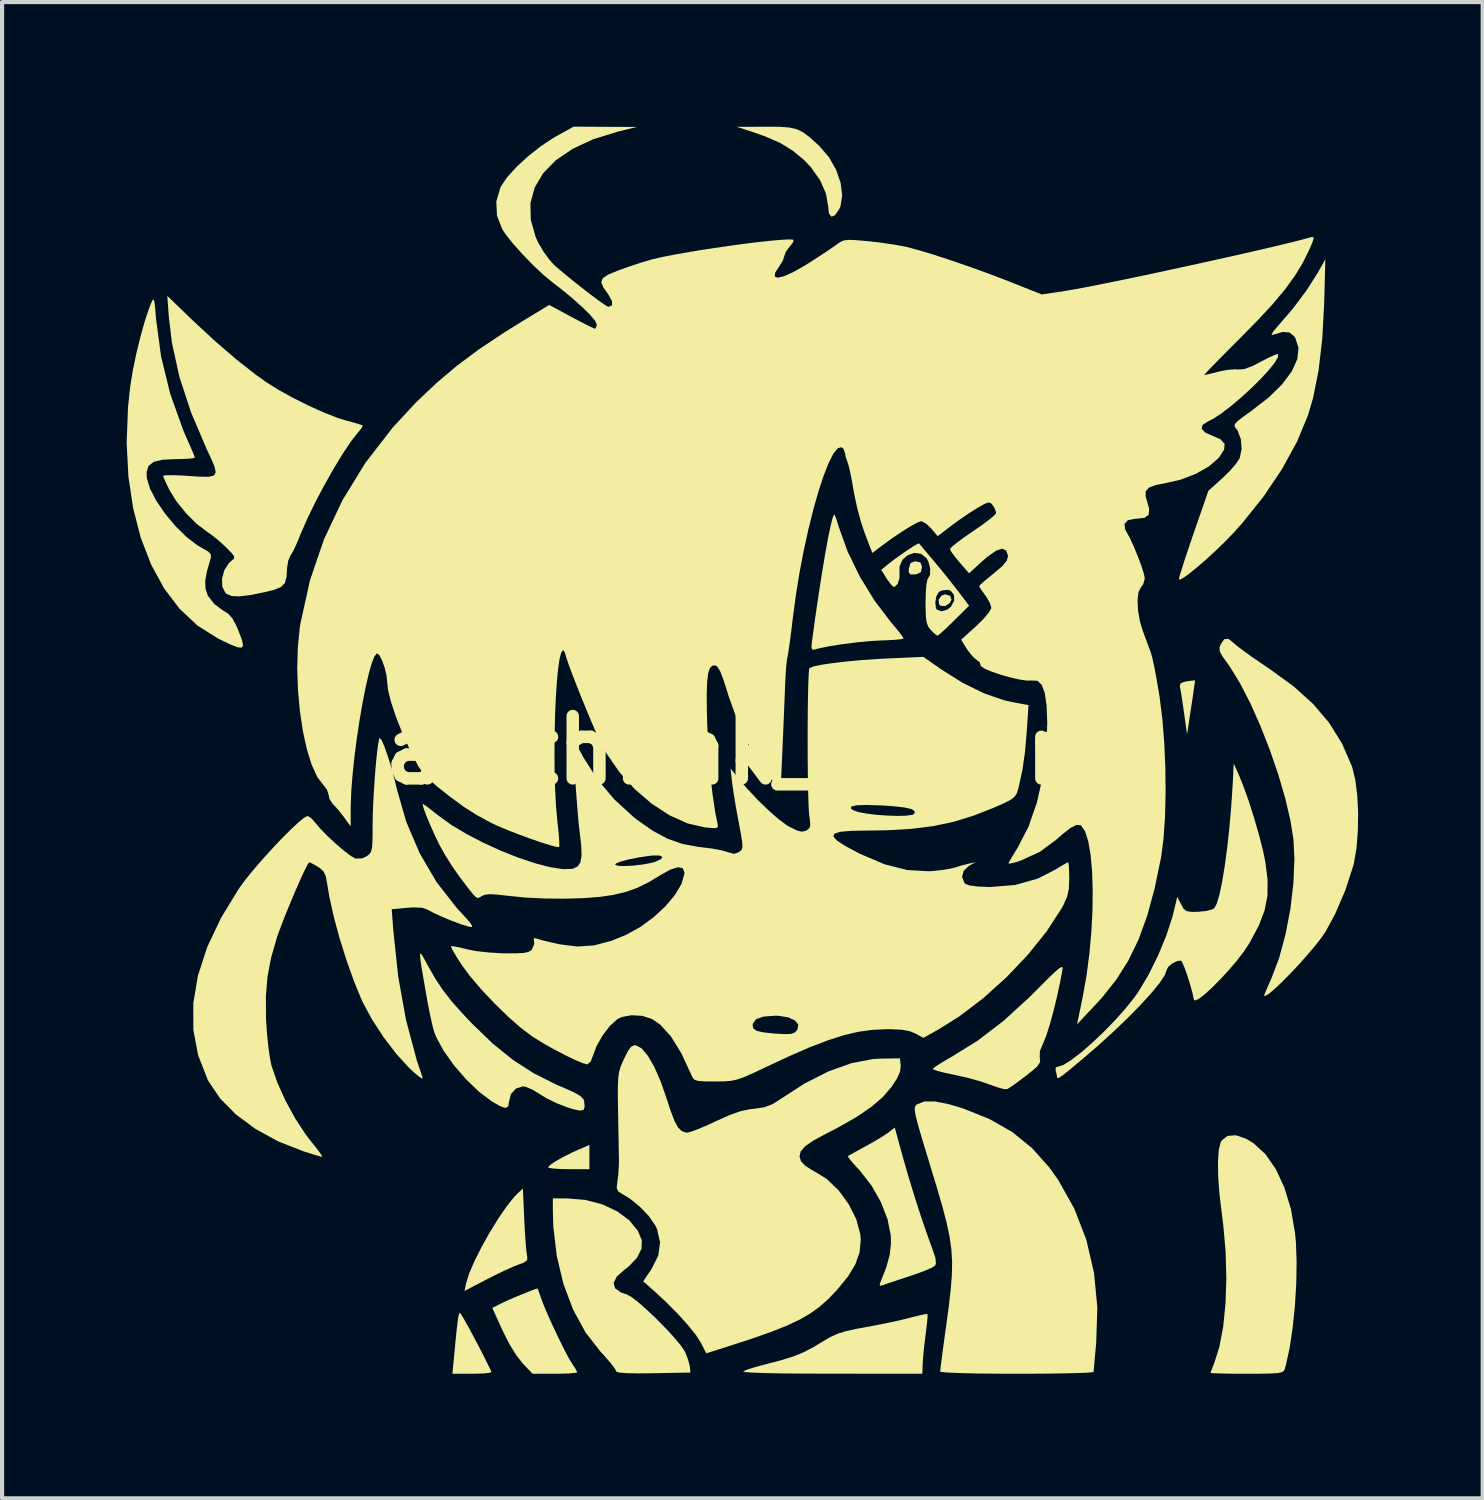
<source format=kicad_pcb>
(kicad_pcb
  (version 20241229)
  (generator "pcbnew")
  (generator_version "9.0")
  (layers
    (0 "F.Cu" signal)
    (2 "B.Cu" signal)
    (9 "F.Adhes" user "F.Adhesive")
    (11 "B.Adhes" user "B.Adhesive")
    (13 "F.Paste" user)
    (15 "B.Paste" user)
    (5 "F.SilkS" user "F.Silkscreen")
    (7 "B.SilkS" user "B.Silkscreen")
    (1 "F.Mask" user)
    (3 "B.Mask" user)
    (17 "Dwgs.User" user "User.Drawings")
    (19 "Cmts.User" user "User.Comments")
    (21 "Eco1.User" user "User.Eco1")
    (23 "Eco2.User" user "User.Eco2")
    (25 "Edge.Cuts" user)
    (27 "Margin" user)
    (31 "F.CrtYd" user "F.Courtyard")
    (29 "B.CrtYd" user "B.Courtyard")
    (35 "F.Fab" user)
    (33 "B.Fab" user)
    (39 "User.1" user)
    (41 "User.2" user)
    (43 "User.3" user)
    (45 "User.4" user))
  (footprint "akithimk_30mm"
    (layer "F.Cu")
    (at 14.957 15.016)
    (property "Reference" "akithimk_30mm" (at 0 0 0) (layer "F.SilkS") (effects (font (size 1.5 1.5) (thickness 0.3))))
    (attr board_only exclude_from_pos_files exclude_from_bom)
    (fp_poly (pts (xy 4.875 -3.717) (xy 4.907 -3.626) (xy 4.867 -3.546) (xy 4.757 -3.471) (xy 4.648 -3.477) (xy 4.608 -3.514) (xy 4.597 -3.623) (xy 4.664 -3.721) (xy 4.754 -3.754)) (stroke (width 0) (type solid)) (fill yes) (layer "F.SilkS"))
    (fp_poly (pts (xy 4.159 -4.522) (xy 4.194 -4.427) (xy 4.194 -4.4) (xy 4.169 -4.288) (xy 4.072 -4.24) (xy 4.029 -4.234) (xy 3.912 -4.233) (xy 3.876 -4.29) (xy 3.882 -4.381) (xy 3.918 -4.503) (xy 4.009 -4.545) (xy 4.048 -4.546)) (stroke (width 0) (type solid)) (fill yes) (layer "F.SilkS"))
    (fp_poly (pts (xy -3.813 9.798) (xy -3.813 10.09) (xy -4.312 10.09) (xy -4.537 10.085) (xy -4.709 10.072) (xy -4.801 10.054) (xy -4.81 10.046) (xy -4.76 9.989) (xy -4.627 9.9) (xy -4.437 9.793) (xy -4.215 9.682) (xy -4.075 9.619) (xy -3.813 9.507)) (stroke (width 0) (type solid)) (fill yes) (layer "F.SilkS"))
    (fp_poly (pts (xy 10.771 -1.68) (xy 10.765 -1.622) (xy 10.744 -1.473) (xy 10.713 -1.254) (xy 10.678 -1.027) (xy 10.58 -0.381) (xy 10.506 -0.909) (xy 10.47 -1.155) (xy 10.438 -1.364) (xy 10.413 -1.503) (xy 10.406 -1.533) (xy 10.42 -1.607) (xy 10.526 -1.65) (xy 10.572 -1.658) (xy 10.704 -1.676) (xy 10.769 -1.68)) (stroke (width 0) (type solid)) (fill yes) (layer "F.SilkS"))
    (fp_poly (pts (xy -6.893 13.599) (xy -6.816 13.731) (xy -6.709 13.925) (xy -6.583 14.158) (xy -6.451 14.41) (xy -6.324 14.658) (xy -6.214 14.881) (xy -6.17 14.973) (xy -6.214 14.993) (xy -6.35 15.009) (xy -6.551 15.016) (xy -6.631 15.017) (xy -7.112 15.017) (xy -7.074 14.621) (xy -7.038 14.237) (xy -7.009 13.955) (xy -6.986 13.761) (xy -6.967 13.638) (xy -6.951 13.574) (xy -6.934 13.551) (xy -6.93 13.551)) (stroke (width 0) (type solid)) (fill yes) (layer "F.SilkS"))
    (fp_poly (pts (xy -5.38 11.336) (xy -5.364 11.634) (xy -5.346 11.894) (xy -5.327 12.092) (xy -5.311 12.203) (xy -5.308 12.212) (xy -5.313 12.285) (xy -5.406 12.346) (xy -5.495 12.378) (xy -5.643 12.436) (xy -5.86 12.533) (xy -6.112 12.655) (xy -6.269 12.735) (xy -6.819 13.021) (xy -6.783 12.841) (xy -6.711 12.608) (xy -6.583 12.309) (xy -6.413 11.971) (xy -6.217 11.62) (xy -6.009 11.282) (xy -5.806 10.986) (xy -5.622 10.756) (xy -5.552 10.684) (xy -5.415 10.556)) (stroke (width 0) (type solid)) (fill yes) (layer "F.SilkS"))
    (fp_poly (pts (xy 0.756 -15.013) (xy 0.995 -14.996) (xy 1.178 -14.955) (xy 1.336 -14.878) (xy 1.501 -14.753) (xy 1.703 -14.57) (xy 1.721 -14.553) (xy 1.952 -14.286) (xy 2.127 -13.98) (xy 2.237 -13.663) (xy 2.275 -13.359) (xy 2.233 -13.096) (xy 2.205 -13.033) (xy 2.102 -12.883) (xy 2.016 -12.847) (xy 1.957 -12.923) (xy 1.936 -13.099) (xy 1.885 -13.403) (xy 1.742 -13.726) (xy 1.521 -14.039) (xy 1.355 -14.214) (xy 1.084 -14.438) (xy 0.788 -14.62) (xy 0.432 -14.777) (xy 0.147 -14.878) (xy -0.264 -15.012) (xy 0.431 -15.014)) (stroke (width 0) (type solid)) (fill yes) (layer "F.SilkS"))
    (fp_poly (pts (xy -5.041 13.014) (xy -4.997 13.137) (xy -4.982 13.184) (xy -4.914 13.364) (xy -4.81 13.608) (xy -4.684 13.887) (xy -4.548 14.172) (xy -4.418 14.436) (xy -4.306 14.648) (xy -4.227 14.778) (xy -4.147 14.899) (xy -4.107 14.977) (xy -4.106 14.982) (xy -4.161 14.997) (xy -4.306 15.009) (xy -4.517 15.016) (xy -4.644 15.017) (xy -5.182 15.017) (xy -5.421 14.766) (xy -5.578 14.565) (xy -5.747 14.289) (xy -5.905 13.974) (xy -5.906 13.973) (xy -6.151 13.431) (xy -5.928 13.318) (xy -5.799 13.257) (xy -5.621 13.18) (xy -5.424 13.098) (xy -5.244 13.026) (xy -5.112 12.977) (xy -5.064 12.964)) (stroke (width 0) (type solid)) (fill yes) (layer "F.SilkS"))
    (fp_poly (pts (xy 2.106 -5.638) (xy 2.151 -5.513) (xy 2.199 -5.357) (xy 2.41 -4.773) (xy 2.704 -4.172) (xy 3.06 -3.593) (xy 3.451 -3.08) (xy 3.593 -2.91) (xy 3.699 -2.775) (xy 3.751 -2.699) (xy 3.754 -2.692) (xy 3.7 -2.674) (xy 3.555 -2.659) (xy 3.346 -2.647) (xy 3.245 -2.644) (xy 2.96 -2.629) (xy 2.626 -2.597) (xy 2.282 -2.553) (xy 1.964 -2.503) (xy 1.709 -2.451) (xy 1.623 -2.427) (xy 1.559 -2.42) (xy 1.535 -2.468) (xy 1.544 -2.599) (xy 1.551 -2.649) (xy 1.632 -3.237) (xy 1.713 -3.788) (xy 1.792 -4.29) (xy 1.866 -4.732) (xy 1.933 -5.103) (xy 1.993 -5.391) (xy 2.042 -5.586) (xy 2.079 -5.677) (xy 2.08 -5.678)) (stroke (width 0) (type solid)) (fill yes) (layer "F.SilkS"))
    (fp_poly (pts (xy 4.329 13.578) (xy 4.331 13.641) (xy 4.318 13.791) (xy 4.293 13.998) (xy 4.286 14.058) (xy 4.253 14.318) (xy 4.228 14.568) (xy 4.214 14.758) (xy 4.214 14.768) (xy 4.204 15.017) (xy 2 15.015) (xy 1.361 15.013) (xy 0.839 15.009) (xy 0.431 15.001) (xy 0.138 14.991) (xy -0.042 14.978) (xy -0.109 14.962) (xy -0.106 14.955) (xy -0.003 14.914) (xy 0.178 14.857) (xy 0.403 14.796) (xy 0.456 14.782) (xy 0.821 14.686) (xy 1.106 14.597) (xy 1.344 14.5) (xy 1.571 14.382) (xy 1.781 14.255) (xy 1.974 14.141) (xy 2.151 14.058) (xy 2.35 13.994) (xy 2.604 13.938) (xy 2.828 13.897) (xy 3.147 13.837) (xy 3.472 13.771) (xy 3.758 13.706) (xy 3.9 13.67) (xy 4.103 13.619) (xy 4.255 13.585) (xy 4.327 13.577)) (stroke (width 0) (type solid)) (fill yes) (layer "F.SilkS"))
    (fp_poly (pts (xy 3.73 9.78) (xy 3.871 10.271) (xy 4.031 10.794) (xy 4.199 11.31) (xy 4.361 11.777) (xy 4.451 12.021) (xy 4.521 12.233) (xy 4.532 12.363) (xy 4.511 12.414) (xy 4.431 12.463) (xy 4.266 12.535) (xy 4.046 12.617) (xy 3.911 12.662) (xy 3.665 12.743) (xy 3.451 12.814) (xy 3.302 12.866) (xy 3.26 12.881) (xy 3.181 12.899) (xy 3.184 12.841) (xy 3.196 12.813) (xy 3.338 12.449) (xy 3.42 12.148) (xy 3.45 11.875) (xy 3.445 11.689) (xy 3.368 11.3) (xy 3.209 10.887) (xy 2.982 10.486) (xy 2.707 10.133) (xy 2.692 10.117) (xy 2.55 9.962) (xy 2.45 9.842) (xy 2.41 9.78) (xy 2.411 9.776) (xy 2.47 9.742) (xy 2.606 9.666) (xy 2.792 9.564) (xy 2.844 9.536) (xy 3.06 9.414) (xy 3.254 9.298) (xy 3.386 9.21) (xy 3.397 9.201) (xy 3.541 9.088)) (stroke (width 0) (type solid)) (fill yes) (layer "F.SilkS"))
    (fp_poly (pts (xy 7.584 5.237) (xy 7.582 5.269) (xy 7.521 5.596) (xy 7.445 5.946) (xy 7.361 6.29) (xy 7.276 6.602) (xy 7.196 6.855) (xy 7.13 7.022) (xy 7.125 7.03) (xy 7.035 7.249) (xy 7.032 7.401) (xy 7.034 7.408) (xy 7.042 7.51) (xy 6.971 7.615) (xy 6.898 7.682) (xy 6.736 7.813) (xy 6.552 7.953) (xy 6.382 8.077) (xy 6.261 8.156) (xy 6.247 8.164) (xy 6.166 8.16) (xy 6.012 8.118) (xy 5.837 8.055) (xy 5.606 7.976) (xy 5.315 7.895) (xy 5.021 7.827) (xy 4.971 7.817) (xy 4.744 7.769) (xy 4.568 7.724) (xy 4.47 7.688) (xy 4.458 7.676) (xy 4.506 7.631) (xy 4.634 7.546) (xy 4.818 7.436) (xy 4.9 7.39) (xy 5.539 6.994) (xy 6.165 6.514) (xy 6.796 5.937) (xy 6.957 5.776) (xy 7.204 5.527) (xy 7.38 5.356) (xy 7.496 5.256) (xy 7.561 5.219)) (stroke (width 0) (type solid)) (fill yes) (layer "F.SilkS"))
    (fp_poly (pts (xy 11.994 9.354) (xy 12.18 9.465) (xy 12.468 9.729) (xy 12.719 10.091) (xy 12.925 10.537) (xy 13.081 11.051) (xy 13.179 11.619) (xy 13.201 11.843) (xy 13.218 12.318) (xy 13.21 12.841) (xy 13.177 13.381) (xy 13.123 13.907) (xy 13.051 14.39) (xy 12.963 14.797) (xy 12.929 14.914) (xy 12.906 14.954) (xy 12.853 14.982) (xy 12.754 15.001) (xy 12.589 15.011) (xy 12.341 15.016) (xy 12.021 15.017) (xy 11.716 15.016) (xy 11.457 15.012) (xy 11.265 15.006) (xy 11.159 14.999) (xy 11.145 14.995) (xy 11.166 14.932) (xy 11.216 14.803) (xy 11.231 14.768) (xy 11.358 14.371) (xy 11.45 13.883) (xy 11.506 13.323) (xy 11.526 12.712) (xy 11.508 12.071) (xy 11.45 11.42) (xy 11.42 11.186) (xy 11.362 10.705) (xy 11.329 10.275) (xy 11.324 9.911) (xy 11.344 9.627) (xy 11.391 9.438) (xy 11.413 9.399) (xy 11.556 9.288) (xy 11.753 9.273)) (stroke (width 0) (type solid)) (fill yes) (layer "F.SilkS"))
    (fp_poly (pts (xy -3.908 10.831) (xy -3.503 10.938) (xy -3.146 11.105) (xy -2.854 11.32) (xy -2.646 11.575) (xy -2.551 11.803) (xy -2.558 12.007) (xy -2.667 12.224) (xy -2.869 12.436) (xy -2.966 12.51) (xy -3.154 12.677) (xy -3.23 12.83) (xy -3.194 12.961) (xy -3.047 13.063) (xy -2.917 13.104) (xy -2.806 13.164) (xy -2.638 13.293) (xy -2.432 13.474) (xy -2.209 13.686) (xy -1.986 13.911) (xy -1.784 14.129) (xy -1.622 14.322) (xy -1.52 14.47) (xy -1.506 14.497) (xy -1.438 14.673) (xy -1.396 14.829) (xy -1.394 14.849) (xy -1.379 14.988) (xy -2.273 15.004) (xy -2.645 15.008) (xy -2.91 15.003) (xy -3.078 14.99) (xy -3.158 14.968) (xy -3.168 14.952) (xy -3.206 14.883) (xy -3.308 14.751) (xy -3.456 14.581) (xy -3.546 14.484) (xy -3.905 14.024) (xy -4.204 13.476) (xy -4.437 12.858) (xy -4.598 12.185) (xy -4.682 11.475) (xy -4.693 11.103) (xy -4.693 10.794) (xy -4.344 10.794)) (stroke (width 0) (type solid)) (fill yes) (layer "F.SilkS"))
    (fp_poly (pts (xy -7.84 4.94) (xy -7.779 5.046) (xy -7.698 5.197) (xy -7.526 5.499) (xy -7.347 5.769) (xy -7.14 6.036) (xy -6.883 6.327) (xy -6.634 6.59) (xy -6.138 7.068) (xy -5.657 7.457) (xy -5.161 7.777) (xy -4.621 8.049) (xy -4.429 8.131) (xy -4.179 8.242) (xy -4.025 8.332) (xy -3.952 8.411) (xy -3.941 8.445) (xy -3.927 8.589) (xy -3.956 8.665) (xy -4.045 8.68) (xy -4.214 8.642) (xy -4.354 8.598) (xy -4.603 8.501) (xy -4.85 8.38) (xy -5.009 8.282) (xy -5.183 8.176) (xy -5.342 8.108) (xy -5.412 8.095) (xy -5.582 8.148) (xy -5.704 8.284) (xy -5.749 8.466) (xy -5.767 8.578) (xy -5.832 8.615) (xy -5.957 8.576) (xy -6.157 8.461) (xy -6.166 8.455) (xy -6.474 8.223) (xy -6.786 7.923) (xy -7.078 7.584) (xy -7.325 7.236) (xy -7.503 6.907) (xy -7.548 6.794) (xy -7.589 6.647) (xy -7.641 6.417) (xy -7.697 6.138) (xy -7.743 5.882) (xy -7.811 5.49) (xy -7.859 5.205) (xy -7.886 5.017) (xy -7.892 4.916) (xy -7.877 4.894)) (stroke (width 0) (type solid)) (fill yes) (layer "F.SilkS"))
    (fp_poly (pts (xy 4.848 8.526) (xy 5.183 8.627) (xy 5.823 8.883) (xy 6.372 9.197) (xy 6.847 9.583) (xy 7.267 10.054) (xy 7.475 10.346) (xy 7.865 11.042) (xy 8.154 11.79) (xy 8.339 12.585) (xy 8.419 13.419) (xy 8.391 14.285) (xy 8.39 14.299) (xy 8.365 14.56) (xy 8.346 14.777) (xy 8.333 14.924) (xy 8.33 14.973) (xy 8.274 14.984) (xy 8.114 14.994) (xy 7.865 15.002) (xy 7.54 15.009) (xy 7.155 15.014) (xy 6.722 15.017) (xy 6.482 15.017) (xy 5.994 15.015) (xy 5.563 15.011) (xy 5.2 15.003) (xy 4.918 14.993) (xy 4.727 14.981) (xy 4.639 14.968) (xy 4.634 14.964) (xy 4.642 14.891) (xy 4.663 14.721) (xy 4.695 14.474) (xy 4.736 14.169) (xy 4.781 13.844) (xy 4.844 13.375) (xy 4.889 12.98) (xy 4.916 12.639) (xy 4.922 12.33) (xy 4.905 12.034) (xy 4.863 11.729) (xy 4.793 11.396) (xy 4.695 11.015) (xy 4.564 10.564) (xy 4.4 10.023) (xy 4.387 9.979) (xy 4.257 9.552) (xy 4.158 9.223) (xy 4.088 8.978) (xy 4.045 8.804) (xy 4.024 8.686) (xy 4.023 8.611) (xy 4.039 8.565) (xy 4.069 8.534) (xy 4.077 8.528) (xy 4.252 8.46) (xy 4.508 8.46)) (stroke (width 0) (type solid)) (fill yes) (layer "F.SilkS"))
    (fp_poly (pts (xy 11.704 -2.58) (xy 11.707 -2.576) (xy 11.795 -2.501) (xy 11.96 -2.377) (xy 12.182 -2.219) (xy 12.441 -2.042) (xy 12.555 -1.966) (xy 13.14 -1.542) (xy 13.619 -1.11) (xy 14.006 -0.653) (xy 14.312 -0.159) (xy 14.549 0.388) (xy 14.557 0.411) (xy 14.631 0.71) (xy 14.679 1.09) (xy 14.7 1.516) (xy 14.693 1.954) (xy 14.659 2.37) (xy 14.596 2.729) (xy 14.583 2.781) (xy 14.393 3.369) (xy 14.147 3.942) (xy 13.921 4.36) (xy 13.807 4.527) (xy 13.649 4.728) (xy 13.46 4.95) (xy 13.255 5.179) (xy 13.047 5.4) (xy 12.849 5.599) (xy 12.676 5.761) (xy 12.541 5.874) (xy 12.457 5.921) (xy 12.436 5.906) (xy 12.458 5.845) (xy 12.518 5.706) (xy 12.602 5.517) (xy 12.613 5.491) (xy 12.799 5) (xy 12.952 4.431) (xy 13.069 3.819) (xy 13.141 3.201) (xy 13.165 2.613) (xy 13.143 2.157) (xy 13.068 1.685) (xy 12.942 1.15) (xy 12.774 0.577) (xy 12.572 -0.01) (xy 12.346 -0.586) (xy 12.106 -1.126) (xy 11.859 -1.606) (xy 11.617 -2.001) (xy 11.55 -2.095) (xy 11.427 -2.266) (xy 11.368 -2.38) (xy 11.362 -2.468) (xy 11.39 -2.549) (xy 11.475 -2.672) (xy 11.576 -2.682)) (stroke (width 0) (type solid)) (fill yes) (layer "F.SilkS"))
    (fp_poly (pts (xy 13.882 -10.764) (xy 13.836 -9.909) (xy 13.747 -9.145) (xy 13.614 -8.48) (xy 13.492 -8.066) (xy 13.228 -7.43) (xy 12.867 -6.771) (xy 12.422 -6.109) (xy 11.907 -5.466) (xy 11.714 -5.25) (xy 11.506 -5.034) (xy 11.28 -4.815) (xy 11.051 -4.604) (xy 10.834 -4.415) (xy 10.644 -4.26) (xy 10.496 -4.153) (xy 10.405 -4.107) (xy 10.383 -4.118) (xy 10.401 -4.197) (xy 10.453 -4.367) (xy 10.531 -4.61) (xy 10.63 -4.906) (xy 10.738 -5.222) (xy 11.093 -6.247) (xy 11.434 -6.553) (xy 11.61 -6.725) (xy 11.756 -6.894) (xy 11.844 -7.027) (xy 11.849 -7.038) (xy 11.894 -7.255) (xy 11.875 -7.49) (xy 11.8 -7.691) (xy 11.761 -7.744) (xy 11.724 -7.796) (xy 11.729 -7.848) (xy 11.788 -7.917) (xy 11.917 -8.019) (xy 12.125 -8.168) (xy 12.545 -8.493) (xy 12.872 -8.815) (xy 13.103 -9.125) (xy 13.235 -9.418) (xy 13.264 -9.688) (xy 13.186 -9.928) (xy 13.162 -9.965) (xy 13.047 -10.06) (xy 12.883 -10.072) (xy 12.651 -10.004) (xy 12.641 -10) (xy 12.612 -10.01) (xy 12.662 -10.091) (xy 12.787 -10.237) (xy 12.79 -10.241) (xy 13.142 -10.651) (xy 13.465 -11.084) (xy 13.725 -11.494) (xy 13.73 -11.503) (xy 13.91 -11.82)) (stroke (width 0) (type solid)) (fill yes) (layer "F.SilkS"))
    (fp_poly (pts (xy 4.168 -4.928) (xy 4.268 -4.808) (xy 4.407 -4.644) (xy 4.465 -4.576) (xy 4.663 -4.338) (xy 4.874 -4.076) (xy 5.054 -3.844) (xy 5.06 -3.837) (xy 5.331 -3.48) (xy 4.966 -3.118) (xy 4.799 -2.956) (xy 4.665 -2.832) (xy 4.583 -2.764) (xy 4.57 -2.757) (xy 4.511 -2.795) (xy 4.414 -2.888) (xy 4.41 -2.893) (xy 4.348 -2.972) (xy 4.31 -3.07) (xy 4.29 -3.215) (xy 4.283 -3.435) (xy 4.282 -3.556) (xy 4.517 -3.556) (xy 4.532 -3.423) (xy 4.556 -3.383) (xy 4.668 -3.344) (xy 4.807 -3.386) (xy 4.894 -3.456) (xy 4.971 -3.6) (xy 4.967 -3.74) (xy 4.888 -3.839) (xy 4.822 -3.861) (xy 4.678 -3.848) (xy 4.602 -3.81) (xy 4.542 -3.706) (xy 4.517 -3.556) (xy 4.282 -3.556) (xy 4.282 -3.564) (xy 4.288 -3.804) (xy 4.304 -3.996) (xy 4.328 -4.114) (xy 4.341 -4.136) (xy 4.391 -4.227) (xy 4.393 -4.377) (xy 4.352 -4.538) (xy 4.308 -4.621) (xy 4.174 -4.73) (xy 4.012 -4.751) (xy 3.852 -4.697) (xy 3.723 -4.583) (xy 3.655 -4.421) (xy 3.655 -4.312) (xy 3.655 -4.143) (xy 3.611 -4.003) (xy 3.539 -3.933) (xy 3.522 -3.93) (xy 3.462 -3.976) (xy 3.374 -4.089) (xy 3.343 -4.136) (xy 3.216 -4.343) (xy 3.353 -4.457) (xy 3.498 -4.57) (xy 3.671 -4.697) (xy 3.846 -4.817) (xy 3.997 -4.915) (xy 4.098 -4.973) (xy 4.125 -4.98)) (stroke (width 0) (type solid)) (fill yes) (layer "F.SilkS"))
    (fp_poly (pts (xy -14.288 -10.796) (xy -14.271 -10.652) (xy -14.251 -10.407) (xy -14.249 -10.383) (xy -14.129 -9.487) (xy -13.908 -8.583) (xy -13.594 -7.705) (xy -13.495 -7.476) (xy -13.408 -7.28) (xy -13.344 -7.128) (xy -13.316 -7.049) (xy -13.316 -7.046) (xy -13.37 -7.029) (xy -13.514 -7.016) (xy -13.718 -7.01) (xy -13.779 -7.01) (xy -14.094 -6.995) (xy -14.306 -6.943) (xy -14.43 -6.846) (xy -14.477 -6.697) (xy -14.471 -6.552) (xy -14.395 -6.299) (xy -14.243 -6.006) (xy -14.032 -5.698) (xy -13.784 -5.4) (xy -13.519 -5.137) (xy -13.255 -4.935) (xy -13.149 -4.873) (xy -12.995 -4.786) (xy -12.93 -4.714) (xy -12.93 -4.632) (xy -12.935 -4.615) (xy -13.024 -4.305) (xy -13.065 -4.074) (xy -13.059 -3.894) (xy -13.008 -3.738) (xy -12.991 -3.706) (xy -12.841 -3.515) (xy -12.647 -3.372) (xy -12.513 -3.288) (xy -12.414 -3.179) (xy -12.323 -3.012) (xy -12.257 -2.858) (xy -12.181 -2.656) (xy -12.153 -2.528) (xy -12.184 -2.47) (xy -12.286 -2.478) (xy -12.468 -2.55) (xy -12.742 -2.682) (xy -12.769 -2.696) (xy -13.254 -3.003) (xy -13.684 -3.407) (xy -14.057 -3.9) (xy -14.369 -4.473) (xy -14.618 -5.119) (xy -14.801 -5.828) (xy -14.915 -6.593) (xy -14.957 -7.405) (xy -14.924 -8.257) (xy -14.871 -8.758) (xy -14.81 -9.134) (xy -14.725 -9.547) (xy -14.624 -9.962) (xy -14.516 -10.345) (xy -14.409 -10.661) (xy -14.368 -10.764) (xy -14.332 -10.838) (xy -14.307 -10.853)) (stroke (width 0) (type solid)) (fill yes) (layer "F.SilkS"))
    (fp_poly (pts (xy -13.368 -10.352) (xy -12.838 -9.86) (xy -12.324 -9.417) (xy -11.845 -9.041) (xy -11.585 -8.856) (xy -11.294 -8.674) (xy -10.946 -8.482) (xy -10.574 -8.297) (xy -10.211 -8.133) (xy -9.889 -8.006) (xy -9.704 -7.948) (xy -9.501 -7.893) (xy -9.348 -7.848) (xy -9.275 -7.822) (xy -9.273 -7.821) (xy -9.29 -7.77) (xy -9.366 -7.673) (xy -9.369 -7.67) (xy -9.538 -7.459) (xy -9.738 -7.163) (xy -9.957 -6.805) (xy -10.182 -6.409) (xy -10.4 -5.998) (xy -10.597 -5.595) (xy -10.761 -5.224) (xy -10.797 -5.133) (xy -10.881 -4.933) (xy -10.961 -4.769) (xy -11.011 -4.688) (xy -11.065 -4.567) (xy -11.092 -4.401) (xy -11.093 -4.395) (xy -11.107 -4.173) (xy -11.147 -4.026) (xy -11.238 -3.931) (xy -11.399 -3.864) (xy -11.646 -3.803) (xy -11.994 -3.734) (xy -12.249 -3.704) (xy -12.427 -3.713) (xy -12.547 -3.761) (xy -12.578 -3.788) (xy -12.654 -3.938) (xy -12.659 -4.135) (xy -12.602 -4.34) (xy -12.491 -4.511) (xy -12.433 -4.561) (xy -12.374 -4.611) (xy -12.367 -4.663) (xy -12.423 -4.742) (xy -12.553 -4.875) (xy -12.567 -4.89) (xy -12.746 -5.053) (xy -12.933 -5.201) (xy -13.029 -5.267) (xy -13.275 -5.454) (xy -13.531 -5.712) (xy -13.762 -5.999) (xy -13.927 -6.267) (xy -14.009 -6.436) (xy -14.065 -6.562) (xy -14.079 -6.606) (xy -14.024 -6.62) (xy -13.879 -6.623) (xy -13.668 -6.617) (xy -13.536 -6.609) (xy -13.207 -6.587) (xy -12.984 -6.584) (xy -12.856 -6.614) (xy -12.812 -6.69) (xy -12.84 -6.826) (xy -12.929 -7.036) (xy -13.023 -7.235) (xy -13.406 -8.135) (xy -13.687 -8.992) (xy -13.867 -9.815) (xy -13.94 -10.421) (xy -13.978 -10.94)) (stroke (width 0) (type solid)) (fill yes) (layer "F.SilkS"))
    (fp_poly (pts (xy 11.811 0.557) (xy 11.932 0.853) (xy 12.065 1.226) (xy 12.196 1.639) (xy 12.316 2.053) (xy 12.412 2.432) (xy 12.465 2.689) (xy 12.519 3.123) (xy 12.516 3.5) (xy 12.448 3.854) (xy 12.31 4.219) (xy 12.093 4.627) (xy 12.071 4.664) (xy 11.944 4.855) (xy 11.778 5.07) (xy 11.587 5.294) (xy 11.387 5.511) (xy 11.192 5.708) (xy 11.016 5.87) (xy 10.873 5.982) (xy 10.778 6.029) (xy 10.745 6.009) (xy 10.707 5.835) (xy 10.648 5.624) (xy 10.581 5.411) (xy 10.515 5.226) (xy 10.46 5.103) (xy 10.437 5.071) (xy 10.349 5.075) (xy 10.23 5.133) (xy 10.127 5.217) (xy 10.09 5.288) (xy 10.046 5.414) (xy 9.92 5.604) (xy 9.723 5.846) (xy 9.463 6.131) (xy 9.152 6.448) (xy 8.799 6.786) (xy 8.413 7.136) (xy 8.007 7.484) (xy 7.775 7.678) (xy 7.617 7.804) (xy 7.52 7.875) (xy 7.47 7.9) (xy 7.451 7.888) (xy 7.45 7.872) (xy 7.43 7.767) (xy 7.414 7.719) (xy 7.418 7.639) (xy 7.459 7.626) (xy 7.594 7.583) (xy 7.787 7.464) (xy 8.024 7.283) (xy 8.288 7.054) (xy 8.564 6.793) (xy 8.836 6.514) (xy 9.09 6.231) (xy 9.308 5.958) (xy 9.417 5.804) (xy 9.657 5.4) (xy 9.885 4.938) (xy 10.081 4.463) (xy 10.225 4.021) (xy 10.249 3.929) (xy 10.344 3.53) (xy 10.437 3.716) (xy 10.499 3.823) (xy 10.572 3.877) (xy 10.694 3.894) (xy 10.844 3.892) (xy 11.041 3.873) (xy 11.19 3.833) (xy 11.237 3.804) (xy 11.298 3.688) (xy 11.362 3.469) (xy 11.426 3.162) (xy 11.488 2.782) (xy 11.547 2.343) (xy 11.6 1.86) (xy 11.644 1.349) (xy 11.679 0.823) (xy 11.689 0.616) (xy 11.703 0.323)) (stroke (width 0) (type solid)) (fill yes) (layer "F.SilkS"))
    (fp_poly (pts (xy -2.69 7.108) (xy -2.553 7.183) (xy -2.403 7.362) (xy -2.249 7.631) (xy -2.096 7.98) (xy -1.962 8.364) (xy -1.852 8.699) (xy -1.76 8.936) (xy -1.676 9.089) (xy -1.59 9.174) (xy -1.494 9.208) (xy -1.456 9.21) (xy -1.355 9.185) (xy -1.178 9.118) (xy -0.951 9.021) (xy -0.771 8.937) (xy -0.44 8.788) (xy -0.174 8.694) (xy 0.061 8.645) (xy 0.147 8.636) (xy 0.403 8.599) (xy 0.607 8.519) (xy 0.763 8.419) (xy 1.362 8.031) (xy 1.944 7.735) (xy 2.501 7.536) (xy 3.021 7.438) (xy 3.197 7.428) (xy 3.666 7.421) (xy 3.684 7.598) (xy 3.669 7.74) (xy 3.592 7.911) (xy 3.464 8.107) (xy 3.254 8.352) (xy 2.974 8.592) (xy 2.613 8.838) (xy 2.156 9.097) (xy 1.89 9.234) (xy 1.585 9.398) (xy 1.383 9.538) (xy 1.273 9.664) (xy 1.247 9.788) (xy 1.285 9.904) (xy 1.378 10.002) (xy 1.532 10.104) (xy 1.599 10.138) (xy 1.909 10.331) (xy 2.195 10.608) (xy 2.436 10.94) (xy 2.615 11.299) (xy 2.711 11.657) (xy 2.722 11.791) (xy 2.694 12.088) (xy 2.594 12.377) (xy 2.411 12.679) (xy 2.141 13.007) (xy 1.936 13.221) (xy 1.728 13.405) (xy 1.502 13.568) (xy 1.24 13.718) (xy 0.929 13.864) (xy 0.55 14.013) (xy 0.09 14.175) (xy -0.456 14.352) (xy -1 14.525) (xy -1.125 14.275) (xy -1.246 14.086) (xy -1.441 13.843) (xy -1.692 13.566) (xy -1.981 13.276) (xy -2.241 13.036) (xy -2.517 12.791) (xy -2.314 12.49) (xy -2.154 12.17) (xy -2.111 11.854) (xy -2.183 11.537) (xy -2.225 11.447) (xy -2.377 11.225) (xy -2.597 10.995) (xy -2.844 10.795) (xy -2.994 10.704) (xy -3.115 10.63) (xy -3.156 10.547) (xy -3.141 10.405) (xy -3.139 10.393) (xy -3.115 10.202) (xy -3.103 9.968) (xy -3.102 9.87) (xy -3.105 9.7) (xy -3.109 9.443) (xy -3.115 9.129) (xy -3.121 8.79) (xy -3.123 8.667) (xy -3.128 8.322) (xy -3.127 8.07) (xy -3.118 7.887) (xy -3.098 7.748) (xy -3.064 7.629) (xy -3.012 7.505) (xy -2.978 7.431) (xy -2.882 7.241) (xy -2.806 7.14) (xy -2.732 7.106)) (stroke (width 0) (type solid)) (fill yes) (layer "F.SilkS"))
    (fp_poly (pts (xy -8.817 -0.24) (xy -8.752 -0.094) (xy -8.675 0.121) (xy -8.593 0.384) (xy -8.513 0.674) (xy -8.45 0.939) (xy -8.222 1.728) (xy -7.901 2.48) (xy -7.496 3.173) (xy -7.016 3.789) (xy -6.957 3.854) (xy -6.778 4.048) (xy -6.673 4.172) (xy -6.633 4.238) (xy -6.651 4.259) (xy -6.718 4.249) (xy -6.722 4.248) (xy -6.897 4.195) (xy -7.126 4.109) (xy -7.367 4.009) (xy -7.579 3.912) (xy -7.708 3.841) (xy -7.842 3.794) (xy -8.051 3.786) (xy -8.202 3.796) (xy -8.574 3.83) (xy -8.536 4.335) (xy -8.417 5.457) (xy -8.229 6.497) (xy -7.97 7.468) (xy -7.828 7.89) (xy -7.846 7.906) (xy -7.932 7.849) (xy -8.068 7.732) (xy -8.15 7.655) (xy -8.457 7.32) (xy -8.767 6.916) (xy -9.048 6.485) (xy -9.272 6.07) (xy -9.298 6.013) (xy -9.483 5.564) (xy -9.663 5.059) (xy -9.828 4.532) (xy -9.968 4.016) (xy -10.073 3.546) (xy -10.125 3.235) (xy -10.16 3.039) (xy -10.216 2.918) (xy -10.315 2.831) (xy -10.347 2.81) (xy -10.475 2.737) (xy -10.554 2.7) (xy -10.56 2.699) (xy -10.598 2.75) (xy -10.669 2.889) (xy -10.765 3.096) (xy -10.877 3.349) (xy -10.995 3.628) (xy -11.112 3.912) (xy -11.217 4.179) (xy -11.303 4.409) (xy -11.34 4.517) (xy -11.48 5.005) (xy -11.566 5.458) (xy -11.604 5.923) (xy -11.601 6.447) (xy -11.598 6.519) (xy -11.576 6.84) (xy -11.543 7.156) (xy -11.504 7.428) (xy -11.469 7.597) (xy -11.331 7.998) (xy -11.133 8.437) (xy -10.898 8.869) (xy -10.648 9.251) (xy -10.533 9.4) (xy -10.392 9.575) (xy -10.292 9.71) (xy -10.248 9.785) (xy -10.25 9.794) (xy -10.324 9.775) (xy -10.478 9.73) (xy -10.68 9.666) (xy -10.706 9.658) (xy -11.309 9.42) (xy -11.852 9.123) (xy -12.321 8.776) (xy -12.704 8.39) (xy -12.985 7.974) (xy -13.008 7.929) (xy -13.236 7.345) (xy -13.351 6.733) (xy -13.352 6.095) (xy -13.241 5.431) (xy -13.018 4.744) (xy -12.682 4.035) (xy -12.249 3.326) (xy -12.102 3.126) (xy -11.911 2.89) (xy -11.691 2.635) (xy -11.457 2.377) (xy -11.225 2.131) (xy -11.008 1.914) (xy -10.821 1.739) (xy -10.681 1.625) (xy -10.601 1.585) (xy -10.521 1.629) (xy -10.422 1.736) (xy -10.412 1.75) (xy -10.294 1.89) (xy -10.125 2.063) (xy -9.931 2.243) (xy -9.737 2.41) (xy -9.57 2.539) (xy -9.455 2.607) (xy -9.449 2.609) (xy -9.284 2.605) (xy -9.177 2.555) (xy -9.114 2.507) (xy -9.072 2.448) (xy -9.049 2.353) (xy -9.037 2.199) (xy -9.034 1.961) (xy -9.034 1.832) (xy -9.03 1.561) (xy -9.018 1.25) (xy -8.999 0.921) (xy -8.977 0.595) (xy -8.951 0.291) (xy -8.924 0.031) (xy -8.898 -0.165) (xy -8.874 -0.276) (xy -8.863 -0.293)) (stroke (width 0) (type solid)) (fill yes) (layer "F.SilkS"))
    (fp_poly (pts (xy 4.665 -1.943) (xy 5.177 -1.621) (xy 5.686 -1.371) (xy 6.166 -1.204) (xy 6.358 -1.16) (xy 6.761 -1.085) (xy 6.722 -0.481) (xy 6.678 0.033) (xy 6.616 0.471) (xy 6.529 0.871) (xy 6.511 0.941) (xy 6.476 1.047) (xy 6.422 1.126) (xy 6.327 1.198) (xy 6.167 1.28) (xy 5.939 1.38) (xy 5.441 1.576) (xy 4.96 1.724) (xy 4.468 1.829) (xy 3.937 1.895) (xy 3.339 1.929) (xy 2.851 1.936) (xy 2.481 1.943) (xy 2.227 1.966) (xy 2.087 2.011) (xy 2.062 2.079) (xy 2.149 2.177) (xy 2.348 2.306) (xy 2.658 2.472) (xy 2.719 2.503) (xy 3.296 2.748) (xy 3.84 2.886) (xy 4.357 2.916) (xy 4.469 2.909) (xy 4.693 2.884) (xy 4.887 2.852) (xy 4.997 2.824) (xy 5.159 2.774) (xy 5.309 2.736) (xy 5.485 2.698) (xy 5.323 2.788) (xy 5.199 2.908) (xy 5.162 3.056) (xy 5.218 3.195) (xy 5.247 3.223) (xy 5.351 3.26) (xy 5.55 3.284) (xy 5.822 3.295) (xy 5.848 3.295) (xy 6.444 3.245) (xy 6.983 3.093) (xy 7.408 2.876) (xy 7.565 2.78) (xy 7.679 2.715) (xy 7.716 2.698) (xy 7.73 2.752) (xy 7.739 2.892) (xy 7.743 3.089) (xy 7.743 3.09) (xy 7.733 3.337) (xy 7.692 3.528) (xy 7.604 3.725) (xy 7.559 3.808) (xy 7.2 4.362) (xy 6.75 4.922) (xy 6.235 5.465) (xy 5.676 5.969) (xy 5.098 6.409) (xy 4.598 6.723) (xy 4.23 6.928) (xy 4.036 6.822) (xy 3.897 6.766) (xy 3.716 6.733) (xy 3.462 6.72) (xy 3.314 6.72) (xy 2.991 6.736) (xy 2.663 6.782) (xy 2.314 6.864) (xy 1.929 6.987) (xy 1.491 7.155) (xy 0.986 7.375) (xy 0.399 7.649) (xy 0.114 7.784) (xy -0.096 7.876) (xy -0.261 7.933) (xy -0.41 7.963) (xy -0.574 7.976) (xy -0.784 7.978) (xy -0.79 7.978) (xy -1.034 7.976) (xy -1.186 7.966) (xy -1.274 7.941) (xy -1.323 7.893) (xy -1.359 7.817) (xy -1.599 7.298) (xy -1.848 6.895) (xy -2.089 6.63) (xy 0.117 6.63) (xy 0.138 6.706) (xy 0.214 6.758) (xy 0.365 6.794) (xy 0.612 6.821) (xy 0.645 6.824) (xy 0.887 6.838) (xy 1.04 6.832) (xy 1.132 6.8) (xy 1.19 6.737) (xy 1.197 6.728) (xy 1.216 6.609) (xy 1.135 6.507) (xy 0.971 6.432) (xy 0.739 6.396) (xy 0.664 6.394) (xy 0.379 6.415) (xy 0.199 6.48) (xy 0.121 6.589) (xy 0.117 6.63) (xy -2.089 6.63) (xy -2.106 6.61) (xy -2.307 6.472) (xy -2.54 6.398) (xy -2.8 6.383) (xy -3.037 6.427) (xy -3.137 6.476) (xy -3.319 6.639) (xy -3.498 6.873) (xy -3.643 7.132) (xy -3.712 7.318) (xy -3.779 7.491) (xy -3.856 7.564) (xy -3.869 7.566) (xy -3.977 7.536) (xy -4.16 7.459) (xy -4.393 7.346) (xy -4.652 7.211) (xy -4.91 7.066) (xy -5.143 6.923) (xy -5.191 6.892) (xy -5.465 6.686) (xy -5.779 6.41) (xy -6.106 6.091) (xy -6.42 5.757) (xy -6.694 5.434) (xy -6.886 5.174) (xy -7.01 4.98) (xy -7.101 4.826) (xy -7.145 4.735) (xy -7.146 4.721) (xy -7.082 4.723) (xy -6.937 4.751) (xy -6.773 4.792) (xy -6.54 4.838) (xy -6.239 4.872) (xy -5.92 4.891) (xy -5.847 4.892) (xy -5.575 4.892) (xy -5.395 4.883) (xy -5.285 4.86) (xy -5.218 4.821) (xy -5.191 4.79) (xy -5.142 4.666) (xy -5.147 4.589) (xy -5.153 4.526) (xy -5.079 4.538) (xy -5.07 4.541) (xy -4.958 4.575) (xy -4.771 4.621) (xy -4.545 4.671) (xy -4.523 4.676) (xy -4.103 4.728) (xy -3.698 4.701) (xy -3.276 4.589) (xy -2.926 4.445) (xy -2.585 4.256) (xy -2.264 4.021) (xy -1.982 3.759) (xy -1.753 3.487) (xy -1.596 3.223) (xy -1.527 2.984) (xy -1.525 2.944) (xy -1.566 2.841) (xy -1.682 2.819) (xy -1.866 2.877) (xy -2.072 2.991) (xy -2.388 3.181) (xy -2.657 3.314) (xy -2.924 3.409) (xy -3.233 3.484) (xy -3.241 3.486) (xy -3.566 3.533) (xy -3.973 3.564) (xy -4.431 3.576) (xy -4.905 3.571) (xy -5.364 3.548) (xy -5.761 3.508) (xy -6.033 3.477) (xy -6.215 3.468) (xy -6.334 3.482) (xy -6.404 3.512) (xy -6.458 3.546) (xy -6.501 3.559) (xy -6.549 3.537) (xy -6.618 3.466) (xy -6.723 3.335) (xy -6.88 3.128) (xy -6.943 3.045) (xy -7.117 2.797) (xy -7.293 2.516) (xy -7.426 2.277) (xy -7.535 2.051) (xy -7.639 1.818) (xy -7.73 1.602) (xy -7.796 1.427) (xy -7.829 1.316) (xy -7.826 1.291) (xy -7.772 1.325) (xy -7.652 1.415) (xy -7.488 1.544) (xy -7.451 1.574) (xy -7.141 1.797) (xy -6.774 2.017) (xy -6.369 2.228) (xy -5.945 2.421) (xy -5.522 2.589) (xy -5.119 2.724) (xy -4.755 2.818) (xy -4.449 2.865) (xy -4.221 2.857) (xy -4.207 2.853) (xy -4.098 2.802) (xy -4.07 2.761) (xy -3.195 2.761) (xy -3.121 2.785) (xy -2.966 2.79) (xy -2.763 2.78) (xy -2.544 2.755) (xy -2.344 2.719) (xy -2.244 2.693) (xy -2.093 2.626) (xy -2.053 2.571) (xy -2.118 2.537) (xy -2.281 2.535) (xy -2.332 2.54) (xy -2.616 2.581) (xy -2.865 2.63) (xy -3.058 2.681) (xy -3.173 2.728) (xy -3.195 2.761) (xy -4.07 2.761) (xy -4.03 2.703) (xy -4.002 2.539) (xy -4.01 2.294) (xy -4.045 1.987) (xy -4.068 1.794) (xy -4.092 1.535) (xy -4.116 1.235) (xy -4.14 0.914) (xy -4.161 0.595) (xy -4.178 0.3) (xy -4.189 0.051) (xy -4.194 -0.129) (xy -4.19 -0.219) (xy -4.188 -0.224) (xy -4.158 -0.186) (xy -4.087 -0.066) (xy -3.99 0.11) (xy -3.964 0.161) (xy -3.631 0.688) (xy -3.212 1.187) (xy -2.736 1.621) (xy -2.686 1.661) (xy -2.295 1.936) (xy -1.938 2.129) (xy -1.582 2.255) (xy -1.193 2.328) (xy -1.107 2.338) (xy -0.861 2.369) (xy -0.648 2.408) (xy -0.504 2.447) (xy -0.481 2.457) (xy -0.332 2.496) (xy -0.235 2.464) (xy -0.176 2.43) (xy -0.14 2.388) (xy -0.127 2.319) (xy -0.135 2.2) (xy -0.166 2.011) (xy -0.218 1.731) (xy -0.229 1.672) (xy -0.283 1.38) (xy -0.331 1.09) (xy -0.367 0.848) (xy -0.378 0.763) (xy -0.414 0.44) (xy -0.252 0.645) (xy -0.022 0.917) (xy 0.236 1.192) (xy 0.499 1.447) (xy 0.743 1.661) (xy 0.946 1.812) (xy 0.998 1.842) (xy 1.18 1.932) (xy 1.3 1.963) (xy 1.394 1.943) (xy 1.409 1.935) (xy 1.482 1.882) (xy 1.507 1.801) (xy 1.494 1.657) (xy 1.484 1.595) (xy 1.472 1.466) (xy 1.469 1.402) (xy 2.482 1.402) (xy 2.534 1.444) (xy 2.657 1.489) (xy 2.854 1.526) (xy 3.097 1.556) (xy 3.359 1.575) (xy 3.609 1.583) (xy 3.822 1.577) (xy 3.967 1.557) (xy 4.014 1.532) (xy 4.019 1.467) (xy 3.94 1.417) (xy 3.768 1.378) (xy 3.493 1.348) (xy 3.214 1.33) (xy 2.861 1.319) (xy 2.622 1.327) (xy 2.496 1.354) (xy 2.482 1.402) (xy 1.469 1.402) (xy 1.462 1.247) (xy 1.454 0.957) (xy 1.448 0.613) (xy 1.444 0.234) (xy 1.443 -0.164) (xy 1.443 -0.563) (xy 1.446 -0.944) (xy 1.451 -1.291) (xy 1.458 -1.585) (xy 1.467 -1.808) (xy 1.478 -1.943) (xy 1.486 -1.975) (xy 1.579 -2.015) (xy 1.771 -2.056) (xy 2.043 -2.097) (xy 2.377 -2.136) (xy 2.754 -2.171) (xy 3.156 -2.198) (xy 3.331 -2.207) (xy 4.228 -2.248)) (stroke (width 0) (type solid)) (fill yes) (layer "F.SilkS"))
    (fp_poly (pts (xy -3.432 -15.012) (xy -2.669 -15.009) (xy -3.135 -14.894) (xy -3.72 -14.713) (xy -4.216 -14.483) (xy -4.619 -14.209) (xy -4.926 -13.896) (xy -5.131 -13.549) (xy -5.233 -13.174) (xy -5.226 -12.776) (xy -5.108 -12.36) (xy -5.051 -12.234) (xy -4.92 -12.009) (xy -4.765 -11.797) (xy -4.641 -11.665) (xy -4.423 -11.48) (xy -4.185 -11.286) (xy -3.945 -11.097) (xy -3.723 -10.927) (xy -3.538 -10.79) (xy -3.407 -10.702) (xy -3.354 -10.676) (xy -3.268 -10.714) (xy -3.269 -10.816) (xy -3.355 -10.971) (xy -3.364 -10.984) (xy -3.482 -11.153) (xy -3.527 -11.274) (xy -3.489 -11.368) (xy -3.36 -11.453) (xy -3.129 -11.548) (xy -3.08 -11.567) (xy -2.812 -11.661) (xy -2.538 -11.751) (xy -2.312 -11.817) (xy -2.288 -11.824) (xy -2.042 -11.88) (xy -1.731 -11.941) (xy -1.372 -12.004) (xy -0.984 -12.066) (xy -0.583 -12.126) (xy -0.188 -12.181) (xy 0.185 -12.228) (xy 0.517 -12.265) (xy 0.791 -12.29) (xy 0.99 -12.301) (xy 1.095 -12.294) (xy 1.106 -12.289) (xy 1.09 -12.231) (xy 1.014 -12.131) (xy 1.007 -12.124) (xy 0.917 -12.001) (xy 0.88 -11.898) (xy 0.846 -11.79) (xy 0.763 -11.658) (xy 0.763 -11.657) (xy 0.661 -11.5) (xy 0.65 -11.407) (xy 0.723 -11.378) (xy 0.872 -11.413) (xy 1.09 -11.51) (xy 1.372 -11.669) (xy 1.44 -11.712) (xy 1.68 -11.866) (xy 1.902 -12.012) (xy 2.074 -12.129) (xy 2.142 -12.178) (xy 2.231 -12.24) (xy 2.317 -12.276) (xy 2.429 -12.289) (xy 2.596 -12.284) (xy 2.847 -12.262) (xy 2.889 -12.259) (xy 3.189 -12.224) (xy 3.495 -12.18) (xy 3.755 -12.134) (xy 3.826 -12.119) (xy 4.121 -12.04) (xy 4.498 -11.926) (xy 4.931 -11.784) (xy 5.394 -11.624) (xy 5.862 -11.454) (xy 6.308 -11.283) (xy 6.37 -11.258) (xy 7.078 -10.975) (xy 7.652 -11.061) (xy 7.896 -11.103) (xy 8.233 -11.166) (xy 8.648 -11.249) (xy 9.124 -11.346) (xy 9.644 -11.455) (xy 10.192 -11.573) (xy 10.751 -11.694) (xy 11.305 -11.817) (xy 11.838 -11.936) (xy 12.334 -12.05) (xy 12.775 -12.153) (xy 13.145 -12.243) (xy 13.429 -12.316) (xy 13.566 -12.355) (xy 13.618 -12.36) (xy 13.627 -12.319) (xy 13.591 -12.211) (xy 13.525 -12.057) (xy 13.367 -11.737) (xy 13.175 -11.422) (xy 12.937 -11.094) (xy 12.64 -10.74) (xy 12.272 -10.343) (xy 11.893 -9.958) (xy 11.627 -9.692) (xy 11.393 -9.456) (xy 11.202 -9.261) (xy 11.067 -9.12) (xy 10.999 -9.044) (xy 10.993 -9.034) (xy 11.062 -9.047) (xy 11.207 -9.082) (xy 11.337 -9.116) (xy 11.544 -9.157) (xy 11.73 -9.173) (xy 11.807 -9.168) (xy 11.953 -9.177) (xy 12.161 -9.254) (xy 12.353 -9.353) (xy 12.542 -9.452) (xy 12.689 -9.519) (xy 12.765 -9.542) (xy 12.77 -9.541) (xy 12.769 -9.464) (xy 12.69 -9.33) (xy 12.548 -9.153) (xy 12.359 -8.947) (xy 12.136 -8.726) (xy 11.895 -8.505) (xy 11.651 -8.298) (xy 11.419 -8.119) (xy 11.213 -7.983) (xy 11.086 -7.919) (xy 10.953 -7.832) (xy 10.932 -7.738) (xy 11.023 -7.645) (xy 11.174 -7.579) (xy 11.386 -7.486) (xy 11.485 -7.376) (xy 11.472 -7.236) (xy 11.353 -7.055) (xy 11.325 -7.023) (xy 11.095 -6.827) (xy 10.782 -6.651) (xy 10.422 -6.514) (xy 10.097 -6.439) (xy 9.828 -6.386) (xy 9.662 -6.323) (xy 9.584 -6.236) (xy 9.581 -6.115) (xy 9.608 -6.024) (xy 9.669 -5.805) (xy 9.654 -5.668) (xy 9.554 -5.596) (xy 9.357 -5.573) (xy 9.329 -5.573) (xy 9.156 -5.539) (xy 9.072 -5.447) (xy 9.091 -5.311) (xy 9.115 -5.268) (xy 9.198 -5.118) (xy 9.295 -4.908) (xy 9.393 -4.671) (xy 9.479 -4.441) (xy 9.539 -4.25) (xy 9.562 -4.135) (xy 9.524 -3.997) (xy 9.474 -3.93) (xy 9.412 -3.813) (xy 9.387 -3.615) (xy 9.399 -3.366) (xy 9.446 -3.098) (xy 9.509 -2.888) (xy 9.591 -2.665) (xy 9.67 -2.453) (xy 9.709 -2.346) (xy 9.745 -2.216) (xy 9.793 -1.996) (xy 9.846 -1.713) (xy 9.9 -1.394) (xy 9.921 -1.261) (xy 9.986 -0.743) (xy 10.031 -0.169) (xy 10.057 0.432) (xy 10.063 1.033) (xy 10.049 1.605) (xy 10.014 2.12) (xy 9.959 2.55) (xy 9.954 2.581) (xy 9.798 3.333) (xy 9.62 3.987) (xy 9.412 4.559) (xy 9.165 5.068) (xy 8.872 5.531) (xy 8.525 5.966) (xy 8.38 6.124) (xy 7.932 6.599) (xy 8.07 5.925) (xy 8.16 5.421) (xy 8.228 4.898) (xy 8.275 4.372) (xy 8.302 3.858) (xy 8.307 3.368) (xy 8.293 2.919) (xy 8.257 2.525) (xy 8.202 2.201) (xy 8.127 1.961) (xy 8.032 1.82) (xy 8.016 1.808) (xy 7.922 1.799) (xy 7.778 1.869) (xy 7.577 2.025) (xy 7.433 2.153) (xy 7.036 2.447) (xy 6.572 2.66) (xy 6.444 2.701) (xy 6.326 2.728) (xy 6.277 2.727) (xy 6.277 2.727) (xy 6.305 2.67) (xy 6.382 2.541) (xy 6.49 2.365) (xy 6.508 2.335) (xy 6.762 1.841) (xy 6.964 1.26) (xy 7.109 0.613) (xy 7.193 -0.077) (xy 7.213 -0.658) (xy 7.197 -1.07) (xy 7.154 -1.372) (xy 7.082 -1.571) (xy 6.979 -1.671) (xy 6.848 -1.678) (xy 6.723 -1.675) (xy 6.538 -1.703) (xy 6.318 -1.753) (xy 6.09 -1.818) (xy 5.879 -1.89) (xy 5.712 -1.96) (xy 5.616 -2.022) (xy 5.604 -2.056) (xy 5.585 -2.119) (xy 5.521 -2.167) (xy 5.419 -2.254) (xy 5.304 -2.397) (xy 5.273 -2.444) (xy 5.139 -2.661) (xy 5.503 -2.99) (xy 5.671 -3.155) (xy 5.797 -3.303) (xy 5.862 -3.409) (xy 5.866 -3.429) (xy 5.832 -3.543) (xy 5.747 -3.692) (xy 5.719 -3.73) (xy 5.628 -3.857) (xy 5.577 -3.94) (xy 5.573 -3.952) (xy 5.616 -3.999) (xy 5.729 -4.099) (xy 5.89 -4.23) (xy 5.925 -4.258) (xy 6.128 -4.43) (xy 6.239 -4.564) (xy 6.269 -4.679) (xy 6.229 -4.794) (xy 6.221 -4.807) (xy 6.131 -4.854) (xy 5.982 -4.805) (xy 5.771 -4.657) (xy 5.598 -4.507) (xy 5.331 -4.26) (xy 5.102 -4.521) (xy 4.979 -4.671) (xy 4.895 -4.79) (xy 4.871 -4.843) (xy 4.916 -4.898) (xy 5.041 -5.001) (xy 5.225 -5.136) (xy 5.426 -5.273) (xy 5.648 -5.426) (xy 5.828 -5.561) (xy 5.946 -5.663) (xy 5.983 -5.713) (xy 5.951 -5.815) (xy 5.903 -5.894) (xy 5.852 -5.953) (xy 5.793 -5.965) (xy 5.695 -5.927) (xy 5.537 -5.837) (xy 5.334 -5.71) (xy 5.098 -5.549) (xy 4.912 -5.413) (xy 4.574 -5.154) (xy 4.423 -5.334) (xy 4.303 -5.45) (xy 4.194 -5.511) (xy 4.174 -5.514) (xy 4.081 -5.481) (xy 3.916 -5.39) (xy 3.704 -5.257) (xy 3.465 -5.095) (xy 3.222 -4.918) (xy 3.158 -4.87) (xy 3.001 -4.749) (xy 2.82 -5.219) (xy 2.725 -5.503) (xy 2.634 -5.842) (xy 2.563 -6.175) (xy 2.548 -6.262) (xy 2.503 -6.518) (xy 2.458 -6.738) (xy 2.419 -6.891) (xy 2.402 -6.936) (xy 2.354 -7.082) (xy 2.346 -7.15) (xy 2.305 -7.259) (xy 2.257 -7.296) (xy 2.167 -7.271) (xy 2.063 -7.142) (xy 1.95 -6.92) (xy 1.83 -6.617) (xy 1.707 -6.244) (xy 1.584 -5.813) (xy 1.465 -5.335) (xy 1.352 -4.823) (xy 1.249 -4.287) (xy 1.16 -3.739) (xy 1.087 -3.192) (xy 1.084 -3.168) (xy 1.047 -2.859) (xy 1.011 -2.587) (xy 0.981 -2.377) (xy 0.959 -2.25) (xy 0.953 -2.229) (xy 0.938 -2.135) (xy 0.921 -1.954) (xy 0.907 -1.716) (xy 0.899 -1.555) (xy 0.889 -1.282) (xy 0.875 -0.931) (xy 0.858 -0.539) (xy 0.841 -0.146) (xy 0.835 0) (xy 0.792 0.968) (xy 0.481 0.587) (xy 0.12 0.062) (xy -0.194 -0.565) (xy -0.458 -1.292) (xy -0.484 -1.378) (xy -0.58 -1.684) (xy -0.658 -1.888) (xy -0.724 -2.004) (xy -0.777 -2.042) (xy -0.854 -2.035) (xy -0.912 -1.975) (xy -0.953 -1.85) (xy -0.977 -1.649) (xy -0.988 -1.361) (xy -0.985 -0.974) (xy -0.977 -0.645) (xy -0.95 -0.045) (xy -0.906 0.532) (xy -0.848 1.062) (xy -0.779 1.517) (xy -0.73 1.754) (xy -0.717 1.833) (xy -0.744 1.871) (xy -0.835 1.877) (xy -1.016 1.861) (xy -1.023 1.861) (xy -1.447 1.764) (xy -1.884 1.568) (xy -2.315 1.287) (xy -2.724 0.935) (xy -3.092 0.526) (xy -3.402 0.076) (xy -3.522 -0.146) (xy -3.614 -0.34) (xy -3.726 -0.596) (xy -3.851 -0.891) (xy -3.98 -1.205) (xy -4.105 -1.518) (xy -4.218 -1.809) (xy -4.31 -2.056) (xy -4.373 -2.239) (xy -4.399 -2.337) (xy -4.4 -2.342) (xy -4.435 -2.402) (xy -4.449 -2.405) (xy -4.493 -2.349) (xy -4.533 -2.191) (xy -4.568 -1.946) (xy -4.598 -1.628) (xy -4.622 -1.255) (xy -4.64 -0.839) (xy -4.651 -0.397) (xy -4.654 0.056) (xy -4.651 0.505) (xy -4.639 0.936) (xy -4.618 1.332) (xy -4.588 1.679) (xy -4.58 1.753) (xy -4.554 1.994) (xy -4.539 2.188) (xy -4.537 2.308) (xy -4.542 2.333) (xy -4.609 2.329) (xy -4.762 2.288) (xy -4.978 2.22) (xy -5.233 2.132) (xy -5.505 2.032) (xy -5.77 1.929) (xy -6.007 1.83) (xy -6.181 1.749) (xy -6.514 1.569) (xy -6.832 1.368) (xy -7.169 1.121) (xy -7.468 0.884) (xy -7.661 0.719) (xy -7.803 0.572) (xy -7.92 0.408) (xy -8.038 0.193) (xy -8.132 0.001) (xy -8.321 -0.421) (xy -8.477 -0.819) (xy -8.594 -1.173) (xy -8.664 -1.463) (xy -8.682 -1.633) (xy -8.699 -1.801) (xy -8.744 -1.987) (xy -8.805 -2.16) (xy -8.869 -2.286) (xy -8.926 -2.333) (xy -8.931 -2.332) (xy -8.991 -2.258) (xy -9.059 -2.083) (xy -9.131 -1.824) (xy -9.206 -1.497) (xy -9.28 -1.117) (xy -9.351 -0.703) (xy -9.416 -0.269) (xy -9.473 0.169) (xy -9.517 0.593) (xy -9.548 0.988) (xy -9.561 1.337) (xy -9.562 1.402) (xy -9.562 1.836) (xy -9.728 1.607) (xy -9.848 1.452) (xy -9.958 1.329) (xy -9.992 1.298) (xy -10.072 1.176) (xy -10.09 1.087) (xy -10.132 0.952) (xy -10.215 0.845) (xy -10.365 0.649) (xy -10.5 0.354) (xy -10.617 -0.021) (xy -10.713 -0.459) (xy -10.785 -0.941) (xy -10.831 -1.449) (xy -10.849 -1.965) (xy -10.835 -2.471) (xy -10.788 -2.948) (xy -10.772 -3.051) (xy -10.544 -4.083) (xy -10.207 -5.073) (xy -9.761 -6.018) (xy -9.208 -6.919) (xy -8.548 -7.772) (xy -7.976 -8.388) (xy -7.495 -8.843) (xy -6.999 -9.261) (xy -6.461 -9.662) (xy -5.854 -10.066) (xy -5.472 -10.303) (xy -4.781 -10.722) (xy -4.248 -10.435) (xy -4.022 -10.316) (xy -3.836 -10.221) (xy -3.712 -10.162) (xy -3.676 -10.148) (xy -3.644 -10.197) (xy -3.637 -10.26) (xy -3.682 -10.349) (xy -3.805 -10.493) (xy -3.991 -10.676) (xy -4.223 -10.884) (xy -4.486 -11.1) (xy -4.693 -11.259) (xy -4.917 -11.444) (xy -5.17 -11.681) (xy -5.424 -11.943) (xy -5.655 -12.202) (xy -5.836 -12.431) (xy -5.91 -12.544) (xy -6.039 -12.873) (xy -6.055 -13.214) (xy -5.956 -13.55) (xy -5.939 -13.584) (xy -5.793 -13.799) (xy -5.568 -14.046) (xy -5.291 -14.301) (xy -4.987 -14.542) (xy -4.683 -14.743) (xy -4.619 -14.78) (xy -4.194 -15.016)) (stroke (width 0) (type solid)) (fill yes) (layer "F.SilkS")))
  (gr_rect
    (start -3 -3)
    (end 32.657 33.033)
    (stroke (width 0.1) (type default))
    (fill no)
    (layer "Edge.Cuts")))
</source>
